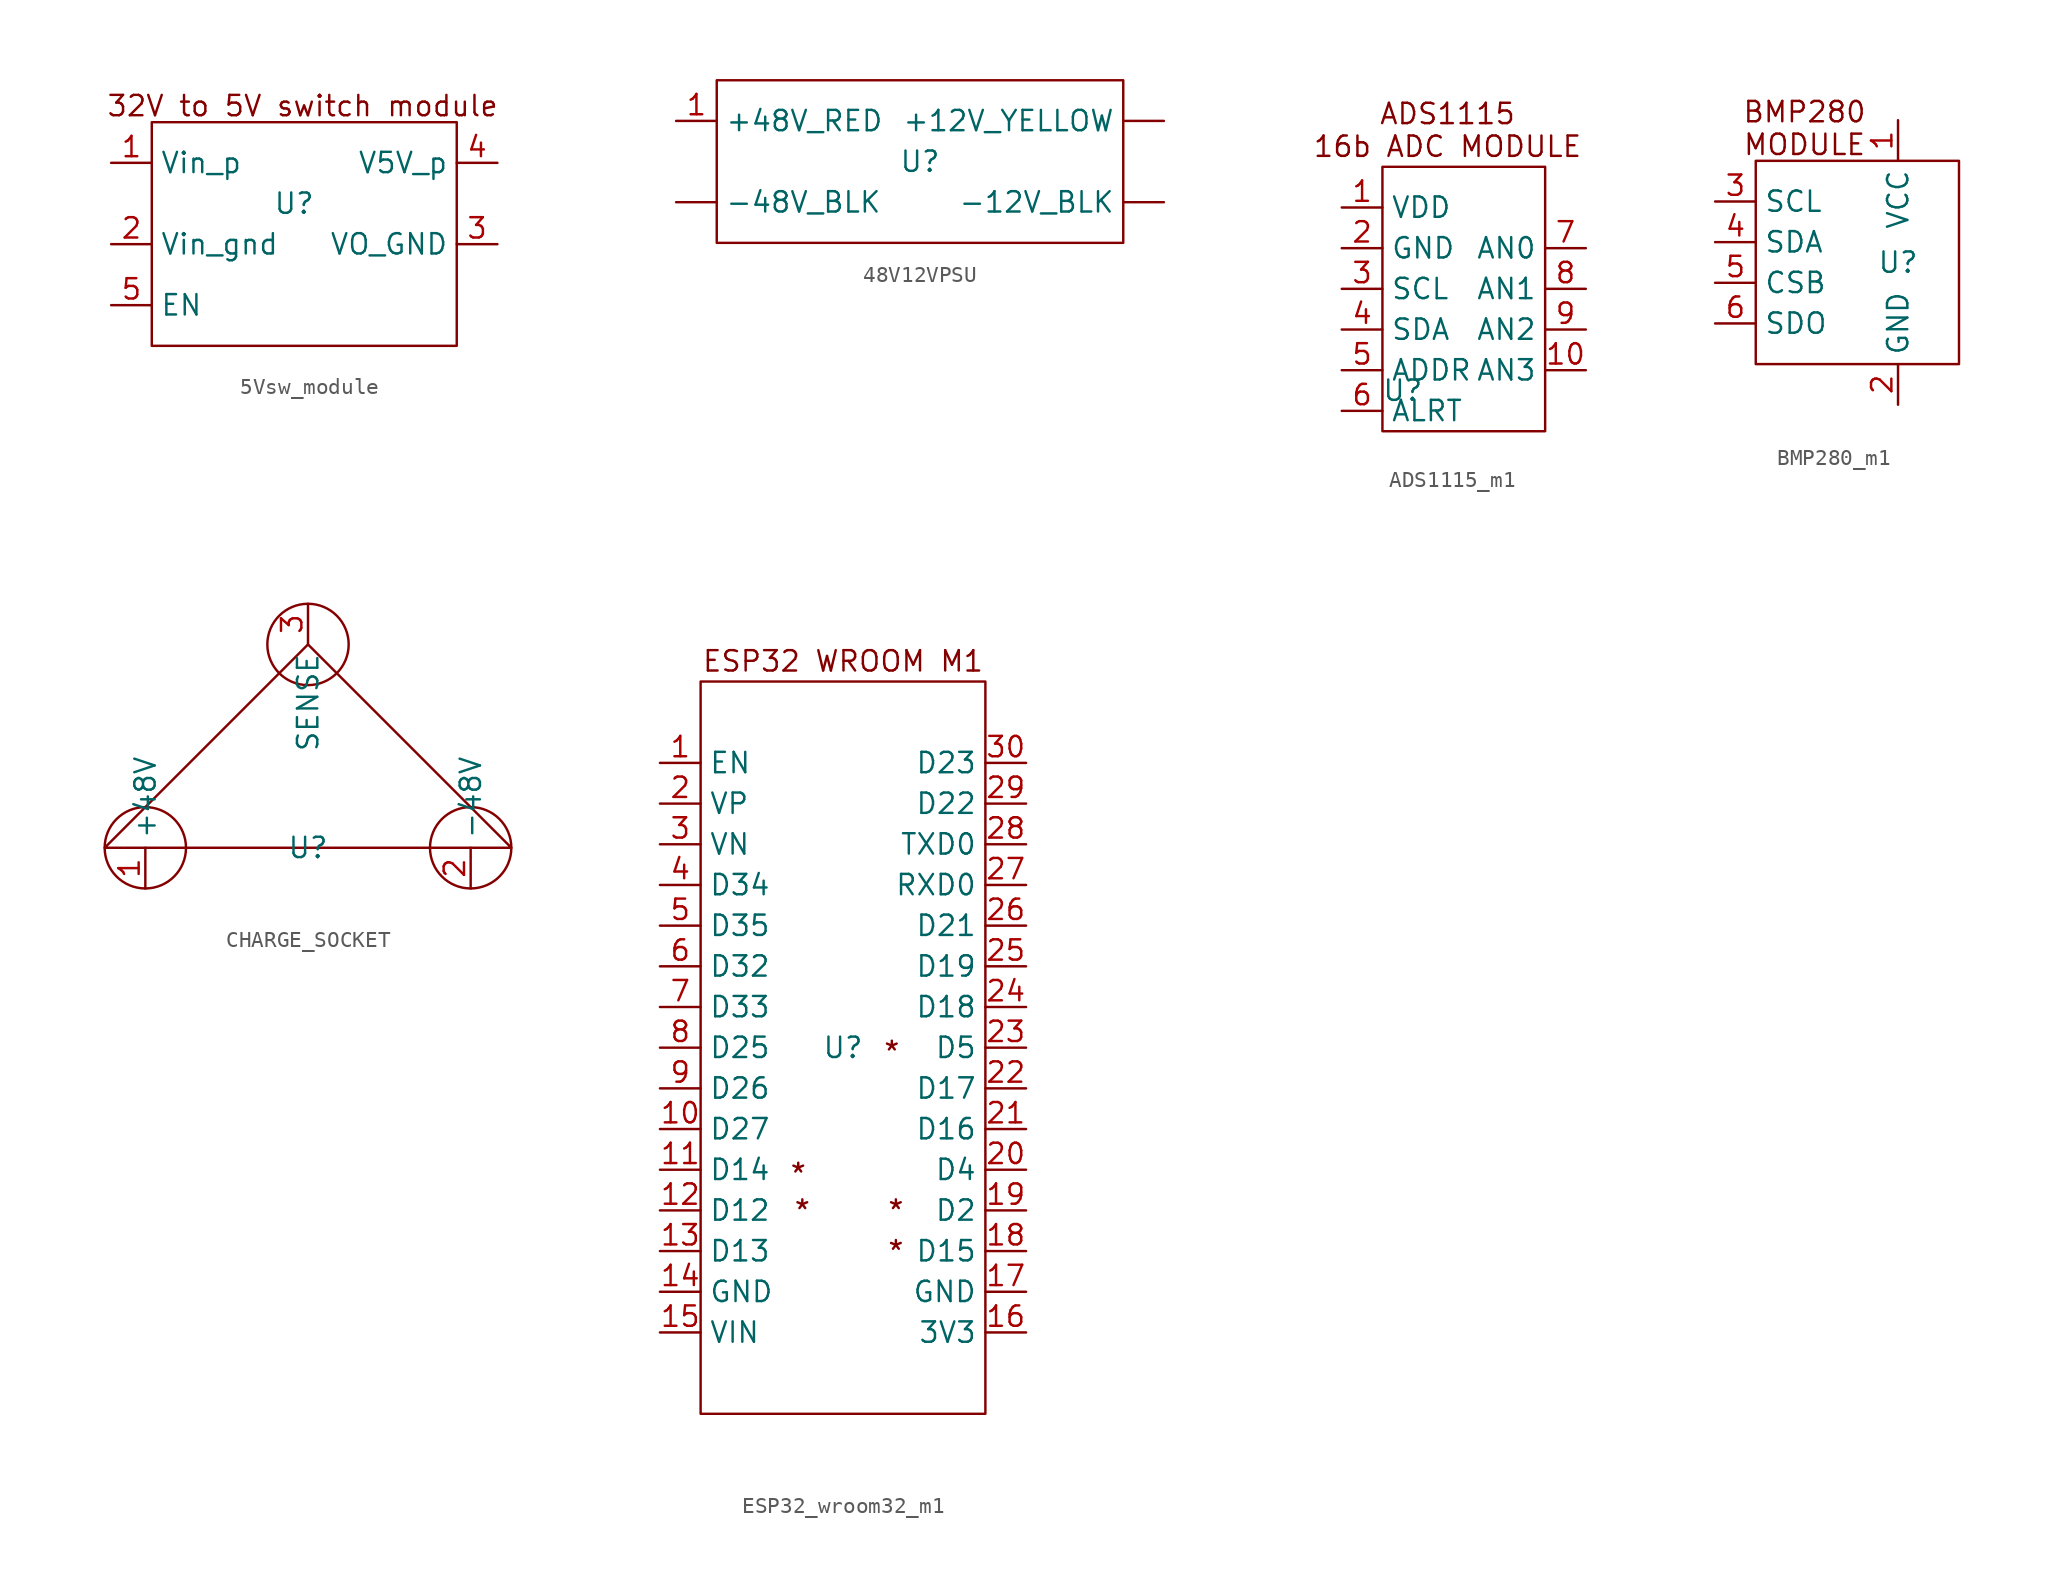
<source format=kicad_sym>
(kicad_symbol_lib
  (version 20241209)
  (generator "kicad_symbol_editor")
  (generator_version "9.0")
  (symbol "5Vsw_module"
    (property "Reference" "U"
      (at 0 0 0)
      (effects (font (size 1.27 1.27))))
    (property "Value" ""
      (at 0 0 0)
      (effects (font (size 1.27 1.27))))
    (symbol "5Vsw_module_0_1"
      (rectangle (start -8.89 5.08) (end 10.16 -8.89) (stroke (width 0) (type default)) (fill (type none))))
    (symbol "5Vsw_module_1_1"
      (text "32V to 5V switch module " (at 1.016 6.096 0) (effects (font (size 1.27 1.27))))
      (pin power_in line (at -11.43 2.54 0) (length 2.54) (name "Vin_p" (effects (font (size 1.27 1.27)))) (number "1" (effects (font (size 1.27 1.27)))))
      (pin power_in line (at -11.43 -2.54 0) (length 2.54) (name "Vin_gnd" (effects (font (size 1.27 1.27)))) (number "2" (effects (font (size 1.27 1.27)))))
      (pin input line (at -11.43 -6.35 0) (length 2.54) (name "EN" (effects (font (size 1.27 1.27)))) (number "5" (effects (font (size 1.27 1.27)))))
      (pin power_out line (at 12.7 2.54 180) (length 2.54) (name "V5V_p" (effects (font (size 1.27 1.27)))) (number "4" (effects (font (size 1.27 1.27)))))
      (pin power_out line (at 12.7 -2.54 180) (length 2.54) (name "VO_GND" (effects (font (size 1.27 1.27)))) (number "3" (effects (font (size 1.27 1.27)))))))
  (symbol "48V12VPSU"
    (property "Reference" "U"
      (at 0 0 0)
      (effects (font (size 1.27 1.27))))
    (property "Value" ""
      (at 0 0 0)
      (effects (font (size 1.27 1.27))))
    (symbol "48V12VPSU_0_1"
      (rectangle (start -12.7 5.08) (end 12.7 -5.08) (stroke (width 0) (type default)) (fill (type none))))
    (symbol "48V12VPSU_1_1"
      (pin power_in line (at -15.24 2.54 0) (length 2.54) (name "+48V_RED" (effects (font (size 1.27 1.27)))) (number "1" (effects (font (size 1.27 1.27)))))
      (pin power_in line (at -15.24 -2.54 0) (length 2.54) (name "-48V_BLK" (effects (font (size 1.27 1.27)))) (number "" (effects (font (size 1.27 1.27)))))
      (pin power_out line (at 15.24 2.54 180) (length 2.54) (name "+12V_YELLOW" (effects (font (size 1.27 1.27)))) (number "" (effects (font (size 1.27 1.27)))))
      (pin power_out line (at 15.24 -2.54 180) (length 2.54) (name "-12V_BLK" (effects (font (size 1.27 1.27)))) (number "" (effects (font (size 1.27 1.27)))))))
  (symbol "ADS1115_m1"
    (property "Reference" "U"
      (at 0 0 0)
      (effects (font (size 1.27 1.27))))
    (property "Value" ""
      (at 0 0 0)
      (effects (font (size 1.27 1.27))))
    (symbol "ADS1115_m1_0_1"
      (rectangle (start -1.27 13.97) (end 8.89 -2.54) (stroke (width 0) (type default)) (fill (type none))))
    (symbol "ADS1115_m1_1_1"
      (text "ADS1115\n16b ADC MODULE" (at 2.794 16.256 0) (effects (font (size 1.27 1.27))))
      (pin power_in line (at -3.81 11.43 0) (length 2.54) (name "VDD" (effects (font (size 1.27 1.27)))) (number "1" (effects (font (size 1.27 1.27)))))
      (pin power_in line (at -3.81 8.89 0) (length 2.54) (name "GND" (effects (font (size 1.27 1.27)))) (number "2" (effects (font (size 1.27 1.27)))))
      (pin input line (at -3.81 6.35 0) (length 2.54) (name "SCL" (effects (font (size 1.27 1.27)))) (number "3" (effects (font (size 1.27 1.27)))))
      (pin bidirectional line (at -3.81 3.81 0) (length 2.54) (name "SDA" (effects (font (size 1.27 1.27)))) (number "4" (effects (font (size 1.27 1.27)))))
      (pin input line (at -3.81 1.27 0) (length 2.54) (name "ADDR" (effects (font (size 1.27 1.27)))) (number "5" (effects (font (size 1.27 1.27)))))
      (pin output line (at -3.81 -1.27 0) (length 2.54) (name "ALRT" (effects (font (size 1.27 1.27)))) (number "6" (effects (font (size 1.27 1.27)))))
      (pin input line (at 11.43 8.89 180) (length 2.54) (name "AN0" (effects (font (size 1.27 1.27)))) (number "7" (effects (font (size 1.27 1.27)))))
      (pin input line (at 11.43 6.35 180) (length 2.54) (name "AN1" (effects (font (size 1.27 1.27)))) (number "8" (effects (font (size 1.27 1.27)))))
      (pin input line (at 11.43 3.81 180) (length 2.54) (name "AN2" (effects (font (size 1.27 1.27)))) (number "9" (effects (font (size 1.27 1.27)))))
      (pin input line (at 11.43 1.27 180) (length 2.54) (name "AN3" (effects (font (size 1.27 1.27)))) (number "10" (effects (font (size 1.27 1.27)))))))
  (symbol "BMP280_m1"
    (property "Reference" "U"
      (at 0 0 0)
      (effects (font (size 1.27 1.27))))
    (property "Value" ""
      (at 0 0 0)
      (effects (font (size 1.27 1.27))))
    (symbol "BMP280_m1_0_1"
      (rectangle (start -8.89 6.35) (end 3.81 -6.35) (stroke (width 0) (type default)) (fill (type none))))
    (symbol "BMP280_m1_1_1"
      (text "BMP280\nMODULE" (at -5.842 8.382 0) (effects (font (size 1.27 1.27))))
      (pin input line (at -11.43 3.81 0) (length 2.54) (name "SCL" (effects (font (size 1.27 1.27)))) (number "3" (effects (font (size 1.27 1.27)))))
      (pin bidirectional line (at -11.43 1.27 0) (length 2.54) (name "SDA" (effects (font (size 1.27 1.27)))) (number "4" (effects (font (size 1.27 1.27)))))
      (pin input line (at -11.43 -1.27 0) (length 2.54) (name "CSB" (effects (font (size 1.27 1.27)))) (number "5" (effects (font (size 1.27 1.27)))))
      (pin input line (at -11.43 -3.81 0) (length 2.54) (name "SDO" (effects (font (size 1.27 1.27)))) (number "6" (effects (font (size 1.27 1.27)))))
      (pin power_in line (at 0 8.89 270) (length 2.54) (name "VCC" (effects (font (size 1.27 1.27)))) (number "1" (effects (font (size 1.27 1.27)))))
      (pin power_in line (at 0 -8.89 90) (length 2.54) (name "GND" (effects (font (size 1.27 1.27)))) (number "2" (effects (font (size 1.27 1.27)))))))
  (symbol "CHARGE_SOCKET"
    (property "Reference" "U"
      (at 0 0 0)
      (effects (font (size 1.27 1.27))))
    (property "Value" ""
      (at 0 0 0)
      (effects (font (size 1.27 1.27))))
    (symbol "CHARGE_SOCKET_0_1"
      (circle (center -10.16 0) (radius 2.54) (stroke (width 0) (type default)) (fill (type none))))
    (symbol "CHARGE_SOCKET_1_1"
      (circle (center 0 12.7) (radius 2.54) (stroke (width 0) (type default)) (fill (type none)))
      (polyline (pts (xy 0 12.7) (xy -12.7 0) (xy 10.16 0) (xy 12.7 0) (xy 0 12.7)) (stroke (width 0) (type solid)) (fill (type none)))
      (circle (center 10.16 0) (radius 2.54) (stroke (width 0) (type default)) (fill (type none)))
      (pin power_in line (at -10.16 -2.54 90) (length 2.54) (name "+48V" (effects (font (size 1.27 1.27)))) (number "1" (effects (font (size 1.27 1.27)))))
      (pin power_in line (at 0 15.24 270) (length 2.54) (name "SENSE" (effects (font (size 1.27 1.27)))) (number "3" (effects (font (size 1.27 1.27)))))
      (pin power_in line (at 10.16 -2.54 90) (length 2.54) (name "-48V" (effects (font (size 1.27 1.27)))) (number "2" (effects (font (size 1.27 1.27)))))))
  (symbol "ESP32_wroom32_m1"
    (property "Reference" "U"
      (at 0 0 0)
      (effects (font (size 1.27 1.27))))
    (property "Value" ""
      (at 0 0 0)
      (effects (font (size 1.27 1.27))))
    (symbol "ESP32_wroom32_m1_0_1"
      (rectangle (start -8.89 22.86) (end 8.89 -22.86) (stroke (width 0) (type default)) (fill (type none))))
    (symbol "ESP32_wroom32_m1_1_1"
      (text "*" (at -2.794 -7.874 0) (effects (font (size 1.27 1.27))))
      (text "*" (at -2.54 -10.16 0) (effects (font (size 1.27 1.27))))
      (text "ESP32 WROOM M1" (at 0 24.13 0) (effects (font (size 1.27 1.27))))
      (text "*" (at 3.048 -0.254 0) (effects (font (size 1.27 1.27))))
      (text "*" (at 3.302 -10.16 0) (effects (font (size 1.27 1.27))))
      (text "*" (at 3.302 -12.7 0) (effects (font (size 1.27 1.27))))
      (pin input line (at -11.43 17.78 0) (length 2.54) (name "EN" (effects (font (size 1.27 1.27)))) (number "1" (effects (font (size 1.27 1.27)))))
      (pin input line (at -11.43 15.24 0) (length 2.54) (name "VP" (effects (font (size 1.27 1.27)))) (number "2" (effects (font (size 1.27 1.27)))))
      (pin input line (at -11.43 12.7 0) (length 2.54) (name "VN" (effects (font (size 1.27 1.27)))) (number "3" (effects (font (size 1.27 1.27)))))
      (pin input line (at -11.43 10.16 0) (length 2.54) (name "D34" (effects (font (size 1.27 1.27)))) (number "4" (effects (font (size 1.27 1.27)))))
      (pin input line (at -11.43 7.62 0) (length 2.54) (name "D35" (effects (font (size 1.27 1.27)))) (number "5" (effects (font (size 1.27 1.27)))))
      (pin bidirectional line (at -11.43 5.08 0) (length 2.54) (name "D32" (effects (font (size 1.27 1.27)))) (number "6" (effects (font (size 1.27 1.27)))))
      (pin bidirectional line (at -11.43 2.54 0) (length 2.54) (name "D33" (effects (font (size 1.27 1.27)))) (number "7" (effects (font (size 1.27 1.27)))))
      (pin bidirectional line (at -11.43 0 0) (length 2.54) (name "D25" (effects (font (size 1.27 1.27)))) (number "8" (effects (font (size 1.27 1.27)))))
      (pin bidirectional line (at -11.43 -2.54 0) (length 2.54) (name "D26" (effects (font (size 1.27 1.27)))) (number "9" (effects (font (size 1.27 1.27)))))
      (pin bidirectional line (at -11.43 -5.08 0) (length 2.54) (name "D27" (effects (font (size 1.27 1.27)))) (number "10" (effects (font (size 1.27 1.27)))))
      (pin bidirectional line (at -11.43 -7.62 0) (length 2.54) (name "D14" (effects (font (size 1.27 1.27)))) (number "11" (effects (font (size 1.27 1.27)))))
      (pin bidirectional line (at -11.43 -10.16 0) (length 2.54) (name "D12" (effects (font (size 1.27 1.27)))) (number "12" (effects (font (size 1.27 1.27)))))
      (pin bidirectional line (at -11.43 -12.7 0) (length 2.54) (name "D13" (effects (font (size 1.27 1.27)))) (number "13" (effects (font (size 1.27 1.27)))))
      (pin power_in line (at -11.43 -15.24 0) (length 2.54) (name "GND" (effects (font (size 1.27 1.27)))) (number "14" (effects (font (size 1.27 1.27)))))
      (pin power_in line (at -11.43 -17.78 0) (length 2.54) (name "VIN" (effects (font (size 1.27 1.27)))) (number "15" (effects (font (size 1.27 1.27)))))
      (pin bidirectional line (at 11.43 17.78 180) (length 2.54) (name "D23" (effects (font (size 1.27 1.27)))) (number "30" (effects (font (size 1.27 1.27)))))
      (pin bidirectional line (at 11.43 15.24 180) (length 2.54) (name "D22" (effects (font (size 1.27 1.27)))) (number "29" (effects (font (size 1.27 1.27)))))
      (pin output line (at 11.43 12.7 180) (length 2.54) (name "TXD0" (effects (font (size 1.27 1.27)))) (number "28" (effects (font (size 1.27 1.27)))))
      (pin input line (at 11.43 10.16 180) (length 2.54) (name "RXD0" (effects (font (size 1.27 1.27)))) (number "27" (effects (font (size 1.27 1.27)))))
      (pin bidirectional line (at 11.43 7.62 180) (length 2.54) (name "D21" (effects (font (size 1.27 1.27)))) (number "26" (effects (font (size 1.27 1.27)))))
      (pin bidirectional line (at 11.43 5.08 180) (length 2.54) (name "D19" (effects (font (size 1.27 1.27)))) (number "25" (effects (font (size 1.27 1.27)))))
      (pin bidirectional line (at 11.43 2.54 180) (length 2.54) (name "D18" (effects (font (size 1.27 1.27)))) (number "24" (effects (font (size 1.27 1.27)))))
      (pin bidirectional line (at 11.43 0 180) (length 2.54) (name "D5" (effects (font (size 1.27 1.27)))) (number "23" (effects (font (size 1.27 1.27)))))
      (pin bidirectional line (at 11.43 -2.54 180) (length 2.54) (name "D17" (effects (font (size 1.27 1.27)))) (number "22" (effects (font (size 1.27 1.27)))))
      (pin bidirectional line (at 11.43 -5.08 180) (length 2.54) (name "D16" (effects (font (size 1.27 1.27)))) (number "21" (effects (font (size 1.27 1.27)))))
      (pin bidirectional line (at 11.43 -7.62 180) (length 2.54) (name "D4" (effects (font (size 1.27 1.27)))) (number "20" (effects (font (size 1.27 1.27)))))
      (pin bidirectional line (at 11.43 -10.16 180) (length 2.54) (name "D2" (effects (font (size 1.27 1.27)))) (number "19" (effects (font (size 1.27 1.27)))))
      (pin bidirectional line (at 11.43 -12.7 180) (length 2.54) (name "D15" (effects (font (size 1.27 1.27)))) (number "18" (effects (font (size 1.27 1.27)))))
      (pin power_in line (at 11.43 -15.24 180) (length 2.54) (name "GND" (effects (font (size 1.27 1.27)))) (number "17" (effects (font (size 1.27 1.27)))))
      (pin power_out line (at 11.43 -17.78 180) (length 2.54) (name "3V3" (effects (font (size 1.27 1.27)))) (number "16" (effects (font (size 1.27 1.27))))))))
</source>
